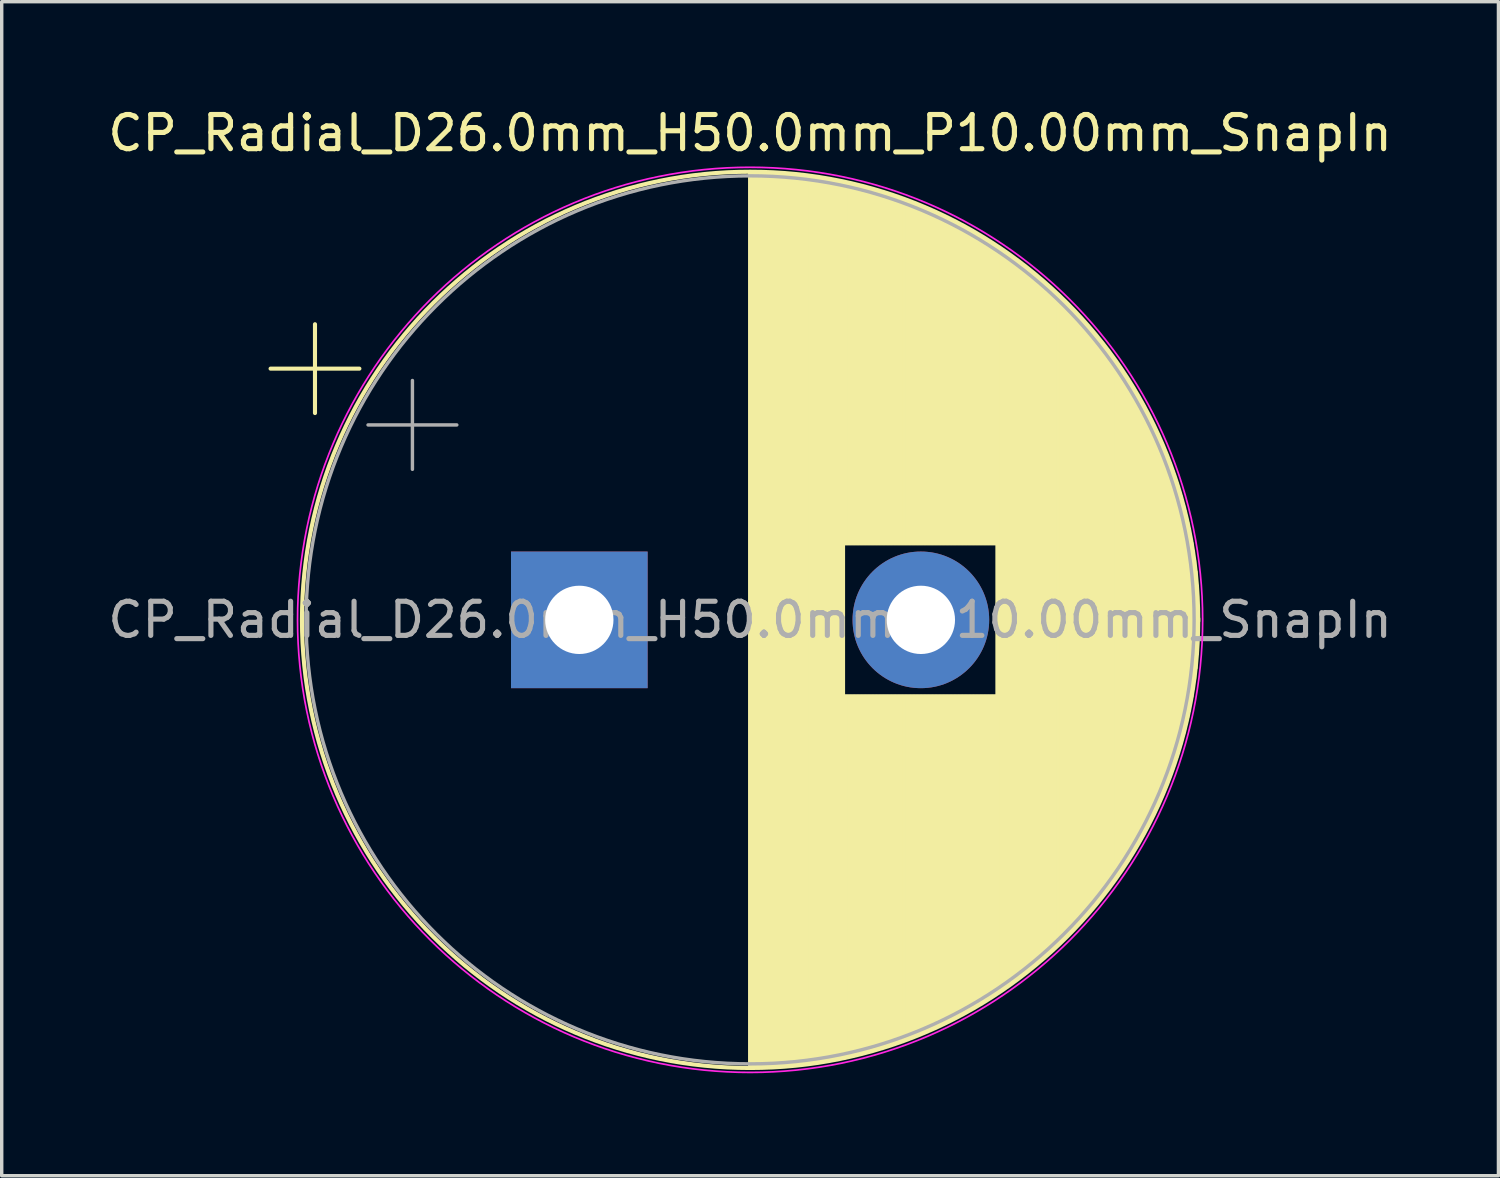
<source format=kicad_pcb>
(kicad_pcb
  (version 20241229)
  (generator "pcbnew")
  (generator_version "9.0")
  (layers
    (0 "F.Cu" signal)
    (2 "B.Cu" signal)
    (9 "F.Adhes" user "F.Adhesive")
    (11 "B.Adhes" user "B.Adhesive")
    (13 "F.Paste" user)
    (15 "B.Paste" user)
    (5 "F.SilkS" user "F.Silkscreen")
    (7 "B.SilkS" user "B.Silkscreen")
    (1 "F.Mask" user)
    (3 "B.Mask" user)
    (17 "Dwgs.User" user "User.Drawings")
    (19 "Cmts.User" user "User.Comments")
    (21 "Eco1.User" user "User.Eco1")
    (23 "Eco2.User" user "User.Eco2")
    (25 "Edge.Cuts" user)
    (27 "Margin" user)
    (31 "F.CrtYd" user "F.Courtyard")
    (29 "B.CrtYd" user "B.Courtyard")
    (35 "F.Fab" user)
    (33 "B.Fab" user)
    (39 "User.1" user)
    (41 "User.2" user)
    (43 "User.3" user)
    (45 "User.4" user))
  (footprint "CP_Radial_D26.0mm_H50.0mm_P10.00mm_SnapIn"
    (layer "F.Cu")
    (at 13.911 15.098)
    (property "Reference" "CP_Radial_D26.0mm_H50.0mm_P10.00mm_SnapIn" (at 5 -14.25 0) (layer "F.SilkS") (effects (font (size 1 1) (thickness 0.15))))
    (attr through_hole)
    (fp_line (start -9.039 -7.355) (end -6.439 -7.355) (stroke (width 0.12) (type solid)) (layer "F.SilkS"))
    (fp_line (start -7.739 -8.655) (end -7.739 -6.055) (stroke (width 0.12) (type solid)) (layer "F.SilkS"))
    (fp_line (start 5 -13.081) (end 5 13.081) (stroke (width 0.12) (type solid)) (layer "F.SilkS"))
    (fp_line (start 5.04 -13.08) (end 5.04 13.08) (stroke (width 0.12) (type solid)) (layer "F.SilkS"))
    (fp_line (start 5.08 -13.08) (end 5.08 13.08) (stroke (width 0.12) (type solid)) (layer "F.SilkS"))
    (fp_line (start 5.12 -13.08) (end 5.12 13.08) (stroke (width 0.12) (type solid)) (layer "F.SilkS"))
    (fp_line (start 5.16 -13.08) (end 5.16 13.08) (stroke (width 0.12) (type solid)) (layer "F.SilkS"))
    (fp_line (start 5.2 -13.079) (end 5.2 13.079) (stroke (width 0.12) (type solid)) (layer "F.SilkS"))
    (fp_line (start 5.24 -13.078) (end 5.24 13.078) (stroke (width 0.12) (type solid)) (layer "F.SilkS"))
    (fp_line (start 5.28 -13.078) (end 5.28 13.078) (stroke (width 0.12) (type solid)) (layer "F.SilkS"))
    (fp_line (start 5.32 -13.077) (end 5.32 13.077) (stroke (width 0.12) (type solid)) (layer "F.SilkS"))
    (fp_line (start 5.36 -13.076) (end 5.36 13.076) (stroke (width 0.12) (type solid)) (layer "F.SilkS"))
    (fp_line (start 5.4 -13.074) (end 5.4 13.074) (stroke (width 0.12) (type solid)) (layer "F.SilkS"))
    (fp_line (start 5.44 -13.073) (end 5.44 13.073) (stroke (width 0.12) (type solid)) (layer "F.SilkS"))
    (fp_line (start 5.48 -13.072) (end 5.48 13.072) (stroke (width 0.12) (type solid)) (layer "F.SilkS"))
    (fp_line (start 5.52 -13.07) (end 5.52 13.07) (stroke (width 0.12) (type solid)) (layer "F.SilkS"))
    (fp_line (start 5.56 -13.069) (end 5.56 13.069) (stroke (width 0.12) (type solid)) (layer "F.SilkS"))
    (fp_line (start 5.6 -13.067) (end 5.6 13.067) (stroke (width 0.12) (type solid)) (layer "F.SilkS"))
    (fp_line (start 5.64 -13.065) (end 5.64 13.065) (stroke (width 0.12) (type solid)) (layer "F.SilkS"))
    (fp_line (start 5.68 -13.063) (end 5.68 13.063) (stroke (width 0.12) (type solid)) (layer "F.SilkS"))
    (fp_line (start 5.721 -13.061) (end 5.721 13.061) (stroke (width 0.12) (type solid)) (layer "F.SilkS"))
    (fp_line (start 5.761 -13.058) (end 5.761 13.058) (stroke (width 0.12) (type solid)) (layer "F.SilkS"))
    (fp_line (start 5.801 -13.056) (end 5.801 13.056) (stroke (width 0.12) (type solid)) (layer "F.SilkS"))
    (fp_line (start 5.841 -13.054) (end 5.841 13.054) (stroke (width 0.12) (type solid)) (layer "F.SilkS"))
    (fp_line (start 5.881 -13.051) (end 5.881 13.051) (stroke (width 0.12) (type solid)) (layer "F.SilkS"))
    (fp_line (start 5.921 -13.048) (end 5.921 13.048) (stroke (width 0.12) (type solid)) (layer "F.SilkS"))
    (fp_line (start 5.961 -13.045) (end 5.961 13.045) (stroke (width 0.12) (type solid)) (layer "F.SilkS"))
    (fp_line (start 6.001 -13.042) (end 6.001 13.042) (stroke (width 0.12) (type solid)) (layer "F.SilkS"))
    (fp_line (start 6.041 -13.039) (end 6.041 13.039) (stroke (width 0.12) (type solid)) (layer "F.SilkS"))
    (fp_line (start 6.081 -13.036) (end 6.081 13.036) (stroke (width 0.12) (type solid)) (layer "F.SilkS"))
    (fp_line (start 6.121 -13.033) (end 6.121 13.033) (stroke (width 0.12) (type solid)) (layer "F.SilkS"))
    (fp_line (start 6.161 -13.029) (end 6.161 13.029) (stroke (width 0.12) (type solid)) (layer "F.SilkS"))
    (fp_line (start 6.201 -13.026) (end 6.201 13.026) (stroke (width 0.12) (type solid)) (layer "F.SilkS"))
    (fp_line (start 6.241 -13.022) (end 6.241 13.022) (stroke (width 0.12) (type solid)) (layer "F.SilkS"))
    (fp_line (start 6.281 -13.018) (end 6.281 13.018) (stroke (width 0.12) (type solid)) (layer "F.SilkS"))
    (fp_line (start 6.321 -13.014) (end 6.321 13.014) (stroke (width 0.12) (type solid)) (layer "F.SilkS"))
    (fp_line (start 6.361 -13.01) (end 6.361 13.01) (stroke (width 0.12) (type solid)) (layer "F.SilkS"))
    (fp_line (start 6.401 -13.006) (end 6.401 13.006) (stroke (width 0.12) (type solid)) (layer "F.SilkS"))
    (fp_line (start 6.441 -13.001) (end 6.441 13.001) (stroke (width 0.12) (type solid)) (layer "F.SilkS"))
    (fp_line (start 6.481 -12.997) (end 6.481 12.997) (stroke (width 0.12) (type solid)) (layer "F.SilkS"))
    (fp_line (start 6.521 -12.992) (end 6.521 12.992) (stroke (width 0.12) (type solid)) (layer "F.SilkS"))
    (fp_line (start 6.561 -12.987) (end 6.561 12.987) (stroke (width 0.12) (type solid)) (layer "F.SilkS"))
    (fp_line (start 6.601 -12.983) (end 6.601 12.983) (stroke (width 0.12) (type solid)) (layer "F.SilkS"))
    (fp_line (start 6.641 -12.978) (end 6.641 12.978) (stroke (width 0.12) (type solid)) (layer "F.SilkS"))
    (fp_line (start 6.681 -12.972) (end 6.681 12.972) (stroke (width 0.12) (type solid)) (layer "F.SilkS"))
    (fp_line (start 6.721 -12.967) (end 6.721 12.967) (stroke (width 0.12) (type solid)) (layer "F.SilkS"))
    (fp_line (start 6.761 -12.962) (end 6.761 12.962) (stroke (width 0.12) (type solid)) (layer "F.SilkS"))
    (fp_line (start 6.801 -12.956) (end 6.801 12.956) (stroke (width 0.12) (type solid)) (layer "F.SilkS"))
    (fp_line (start 6.841 -12.951) (end 6.841 12.951) (stroke (width 0.12) (type solid)) (layer "F.SilkS"))
    (fp_line (start 6.881 -12.945) (end 6.881 12.945) (stroke (width 0.12) (type solid)) (layer "F.SilkS"))
    (fp_line (start 6.921 -12.939) (end 6.921 12.939) (stroke (width 0.12) (type solid)) (layer "F.SilkS"))
    (fp_line (start 6.961 -12.933) (end 6.961 12.933) (stroke (width 0.12) (type solid)) (layer "F.SilkS"))
    (fp_line (start 7.001 -12.927) (end 7.001 12.927) (stroke (width 0.12) (type solid)) (layer "F.SilkS"))
    (fp_line (start 7.041 -12.921) (end 7.041 12.921) (stroke (width 0.12) (type solid)) (layer "F.SilkS"))
    (fp_line (start 7.081 -12.915) (end 7.081 12.915) (stroke (width 0.12) (type solid)) (layer "F.SilkS"))
    (fp_line (start 7.121 -12.908) (end 7.121 12.908) (stroke (width 0.12) (type solid)) (layer "F.SilkS"))
    (fp_line (start 7.161 -12.901) (end 7.161 12.901) (stroke (width 0.12) (type solid)) (layer "F.SilkS"))
    (fp_line (start 7.201 -12.895) (end 7.201 12.895) (stroke (width 0.12) (type solid)) (layer "F.SilkS"))
    (fp_line (start 7.241 -12.888) (end 7.241 12.888) (stroke (width 0.12) (type solid)) (layer "F.SilkS"))
    (fp_line (start 7.281 -12.881) (end 7.281 12.881) (stroke (width 0.12) (type solid)) (layer "F.SilkS"))
    (fp_line (start 7.321 -12.874) (end 7.321 12.874) (stroke (width 0.12) (type solid)) (layer "F.SilkS"))
    (fp_line (start 7.361 -12.866) (end 7.361 12.866) (stroke (width 0.12) (type solid)) (layer "F.SilkS"))
    (fp_line (start 7.401 -12.859) (end 7.401 12.859) (stroke (width 0.12) (type solid)) (layer "F.SilkS"))
    (fp_line (start 7.441 -12.852) (end 7.441 12.852) (stroke (width 0.12) (type solid)) (layer "F.SilkS"))
    (fp_line (start 7.481 -12.844) (end 7.481 12.844) (stroke (width 0.12) (type solid)) (layer "F.SilkS"))
    (fp_line (start 7.521 -12.836) (end 7.521 12.836) (stroke (width 0.12) (type solid)) (layer "F.SilkS"))
    (fp_line (start 7.561 -12.828) (end 7.561 12.828) (stroke (width 0.12) (type solid)) (layer "F.SilkS"))
    (fp_line (start 7.601 -12.82) (end 7.601 12.82) (stroke (width 0.12) (type solid)) (layer "F.SilkS"))
    (fp_line (start 7.641 -12.812) (end 7.641 12.812) (stroke (width 0.12) (type solid)) (layer "F.SilkS"))
    (fp_line (start 7.681 -12.804) (end 7.681 12.804) (stroke (width 0.12) (type solid)) (layer "F.SilkS"))
    (fp_line (start 7.721 -12.795) (end 7.721 12.795) (stroke (width 0.12) (type solid)) (layer "F.SilkS"))
    (fp_line (start 7.761 -12.787) (end 7.761 -2.24) (stroke (width 0.12) (type solid)) (layer "F.SilkS"))
    (fp_line (start 7.761 2.24) (end 7.761 12.787) (stroke (width 0.12) (type solid)) (layer "F.SilkS"))
    (fp_line (start 7.801 -12.778) (end 7.801 -2.24) (stroke (width 0.12) (type solid)) (layer "F.SilkS"))
    (fp_line (start 7.801 2.24) (end 7.801 12.778) (stroke (width 0.12) (type solid)) (layer "F.SilkS"))
    (fp_line (start 7.841 -12.769) (end 7.841 -2.24) (stroke (width 0.12) (type solid)) (layer "F.SilkS"))
    (fp_line (start 7.841 2.24) (end 7.841 12.769) (stroke (width 0.12) (type solid)) (layer "F.SilkS"))
    (fp_line (start 7.881 -12.761) (end 7.881 -2.24) (stroke (width 0.12) (type solid)) (layer "F.SilkS"))
    (fp_line (start 7.881 2.24) (end 7.881 12.761) (stroke (width 0.12) (type solid)) (layer "F.SilkS"))
    (fp_line (start 7.921 -12.751) (end 7.921 -2.24) (stroke (width 0.12) (type solid)) (layer "F.SilkS"))
    (fp_line (start 7.921 2.24) (end 7.921 12.751) (stroke (width 0.12) (type solid)) (layer "F.SilkS"))
    (fp_line (start 7.961 -12.742) (end 7.961 -2.24) (stroke (width 0.12) (type solid)) (layer "F.SilkS"))
    (fp_line (start 7.961 2.24) (end 7.961 12.742) (stroke (width 0.12) (type solid)) (layer "F.SilkS"))
    (fp_line (start 8.001 -12.733) (end 8.001 -2.24) (stroke (width 0.12) (type solid)) (layer "F.SilkS"))
    (fp_line (start 8.001 2.24) (end 8.001 12.733) (stroke (width 0.12) (type solid)) (layer "F.SilkS"))
    (fp_line (start 8.041 -12.723) (end 8.041 -2.24) (stroke (width 0.12) (type solid)) (layer "F.SilkS"))
    (fp_line (start 8.041 2.24) (end 8.041 12.723) (stroke (width 0.12) (type solid)) (layer "F.SilkS"))
    (fp_line (start 8.081 -12.714) (end 8.081 -2.24) (stroke (width 0.12) (type solid)) (layer "F.SilkS"))
    (fp_line (start 8.081 2.24) (end 8.081 12.714) (stroke (width 0.12) (type solid)) (layer "F.SilkS"))
    (fp_line (start 8.121 -12.704) (end 8.121 -2.24) (stroke (width 0.12) (type solid)) (layer "F.SilkS"))
    (fp_line (start 8.121 2.24) (end 8.121 12.704) (stroke (width 0.12) (type solid)) (layer "F.SilkS"))
    (fp_line (start 8.161 -12.694) (end 8.161 -2.24) (stroke (width 0.12) (type solid)) (layer "F.SilkS"))
    (fp_line (start 8.161 2.24) (end 8.161 12.694) (stroke (width 0.12) (type solid)) (layer "F.SilkS"))
    (fp_line (start 8.201 -12.684) (end 8.201 -2.24) (stroke (width 0.12) (type solid)) (layer "F.SilkS"))
    (fp_line (start 8.201 2.24) (end 8.201 12.684) (stroke (width 0.12) (type solid)) (layer "F.SilkS"))
    (fp_line (start 8.241 -12.674) (end 8.241 -2.24) (stroke (width 0.12) (type solid)) (layer "F.SilkS"))
    (fp_line (start 8.241 2.24) (end 8.241 12.674) (stroke (width 0.12) (type solid)) (layer "F.SilkS"))
    (fp_line (start 8.281 -12.664) (end 8.281 -2.24) (stroke (width 0.12) (type solid)) (layer "F.SilkS"))
    (fp_line (start 8.281 2.24) (end 8.281 12.664) (stroke (width 0.12) (type solid)) (layer "F.SilkS"))
    (fp_line (start 8.321 -12.653) (end 8.321 -2.24) (stroke (width 0.12) (type solid)) (layer "F.SilkS"))
    (fp_line (start 8.321 2.24) (end 8.321 12.653) (stroke (width 0.12) (type solid)) (layer "F.SilkS"))
    (fp_line (start 8.361 -12.643) (end 8.361 -2.24) (stroke (width 0.12) (type solid)) (layer "F.SilkS"))
    (fp_line (start 8.361 2.24) (end 8.361 12.643) (stroke (width 0.12) (type solid)) (layer "F.SilkS"))
    (fp_line (start 8.401 -12.632) (end 8.401 -2.24) (stroke (width 0.12) (type solid)) (layer "F.SilkS"))
    (fp_line (start 8.401 2.24) (end 8.401 12.632) (stroke (width 0.12) (type solid)) (layer "F.SilkS"))
    (fp_line (start 8.441 -12.621) (end 8.441 -2.24) (stroke (width 0.12) (type solid)) (layer "F.SilkS"))
    (fp_line (start 8.441 2.24) (end 8.441 12.621) (stroke (width 0.12) (type solid)) (layer "F.SilkS"))
    (fp_line (start 8.481 -12.611) (end 8.481 -2.24) (stroke (width 0.12) (type solid)) (layer "F.SilkS"))
    (fp_line (start 8.481 2.24) (end 8.481 12.611) (stroke (width 0.12) (type solid)) (layer "F.SilkS"))
    (fp_line (start 8.521 -12.599) (end 8.521 -2.24) (stroke (width 0.12) (type solid)) (layer "F.SilkS"))
    (fp_line (start 8.521 2.24) (end 8.521 12.599) (stroke (width 0.12) (type solid)) (layer "F.SilkS"))
    (fp_line (start 8.561 -12.588) (end 8.561 -2.24) (stroke (width 0.12) (type solid)) (layer "F.SilkS"))
    (fp_line (start 8.561 2.24) (end 8.561 12.588) (stroke (width 0.12) (type solid)) (layer "F.SilkS"))
    (fp_line (start 8.601 -12.577) (end 8.601 -2.24) (stroke (width 0.12) (type solid)) (layer "F.SilkS"))
    (fp_line (start 8.601 2.24) (end 8.601 12.577) (stroke (width 0.12) (type solid)) (layer "F.SilkS"))
    (fp_line (start 8.641 -12.565) (end 8.641 -2.24) (stroke (width 0.12) (type solid)) (layer "F.SilkS"))
    (fp_line (start 8.641 2.24) (end 8.641 12.565) (stroke (width 0.12) (type solid)) (layer "F.SilkS"))
    (fp_line (start 8.681 -12.554) (end 8.681 -2.24) (stroke (width 0.12) (type solid)) (layer "F.SilkS"))
    (fp_line (start 8.681 2.24) (end 8.681 12.554) (stroke (width 0.12) (type solid)) (layer "F.SilkS"))
    (fp_line (start 8.721 -12.542) (end 8.721 -2.24) (stroke (width 0.12) (type solid)) (layer "F.SilkS"))
    (fp_line (start 8.721 2.24) (end 8.721 12.542) (stroke (width 0.12) (type solid)) (layer "F.SilkS"))
    (fp_line (start 8.761 -12.53) (end 8.761 -2.24) (stroke (width 0.12) (type solid)) (layer "F.SilkS"))
    (fp_line (start 8.761 2.24) (end 8.761 12.53) (stroke (width 0.12) (type solid)) (layer "F.SilkS"))
    (fp_line (start 8.801 -12.518) (end 8.801 -2.24) (stroke (width 0.12) (type solid)) (layer "F.SilkS"))
    (fp_line (start 8.801 2.24) (end 8.801 12.518) (stroke (width 0.12) (type solid)) (layer "F.SilkS"))
    (fp_line (start 8.841 -12.506) (end 8.841 -2.24) (stroke (width 0.12) (type solid)) (layer "F.SilkS"))
    (fp_line (start 8.841 2.24) (end 8.841 12.506) (stroke (width 0.12) (type solid)) (layer "F.SilkS"))
    (fp_line (start 8.881 -12.494) (end 8.881 -2.24) (stroke (width 0.12) (type solid)) (layer "F.SilkS"))
    (fp_line (start 8.881 2.24) (end 8.881 12.494) (stroke (width 0.12) (type solid)) (layer "F.SilkS"))
    (fp_line (start 8.921 -12.481) (end 8.921 -2.24) (stroke (width 0.12) (type solid)) (layer "F.SilkS"))
    (fp_line (start 8.921 2.24) (end 8.921 12.481) (stroke (width 0.12) (type solid)) (layer "F.SilkS"))
    (fp_line (start 8.961 -12.469) (end 8.961 -2.24) (stroke (width 0.12) (type solid)) (layer "F.SilkS"))
    (fp_line (start 8.961 2.24) (end 8.961 12.469) (stroke (width 0.12) (type solid)) (layer "F.SilkS"))
    (fp_line (start 9.001 -12.456) (end 9.001 -2.24) (stroke (width 0.12) (type solid)) (layer "F.SilkS"))
    (fp_line (start 9.001 2.24) (end 9.001 12.456) (stroke (width 0.12) (type solid)) (layer "F.SilkS"))
    (fp_line (start 9.041 -12.443) (end 9.041 -2.24) (stroke (width 0.12) (type solid)) (layer "F.SilkS"))
    (fp_line (start 9.041 2.24) (end 9.041 12.443) (stroke (width 0.12) (type solid)) (layer "F.SilkS"))
    (fp_line (start 9.081 -12.43) (end 9.081 -2.24) (stroke (width 0.12) (type solid)) (layer "F.SilkS"))
    (fp_line (start 9.081 2.24) (end 9.081 12.43) (stroke (width 0.12) (type solid)) (layer "F.SilkS"))
    (fp_line (start 9.121 -12.417) (end 9.121 -2.24) (stroke (width 0.12) (type solid)) (layer "F.SilkS"))
    (fp_line (start 9.121 2.24) (end 9.121 12.417) (stroke (width 0.12) (type solid)) (layer "F.SilkS"))
    (fp_line (start 9.161 -12.404) (end 9.161 -2.24) (stroke (width 0.12) (type solid)) (layer "F.SilkS"))
    (fp_line (start 9.161 2.24) (end 9.161 12.404) (stroke (width 0.12) (type solid)) (layer "F.SilkS"))
    (fp_line (start 9.201 -12.39) (end 9.201 -2.24) (stroke (width 0.12) (type solid)) (layer "F.SilkS"))
    (fp_line (start 9.201 2.24) (end 9.201 12.39) (stroke (width 0.12) (type solid)) (layer "F.SilkS"))
    (fp_line (start 9.241 -12.376) (end 9.241 -2.24) (stroke (width 0.12) (type solid)) (layer "F.SilkS"))
    (fp_line (start 9.241 2.24) (end 9.241 12.376) (stroke (width 0.12) (type solid)) (layer "F.SilkS"))
    (fp_line (start 9.281 -12.363) (end 9.281 -2.24) (stroke (width 0.12) (type solid)) (layer "F.SilkS"))
    (fp_line (start 9.281 2.24) (end 9.281 12.363) (stroke (width 0.12) (type solid)) (layer "F.SilkS"))
    (fp_line (start 9.321 -12.349) (end 9.321 -2.24) (stroke (width 0.12) (type solid)) (layer "F.SilkS"))
    (fp_line (start 9.321 2.24) (end 9.321 12.349) (stroke (width 0.12) (type solid)) (layer "F.SilkS"))
    (fp_line (start 9.361 -12.335) (end 9.361 -2.24) (stroke (width 0.12) (type solid)) (layer "F.SilkS"))
    (fp_line (start 9.361 2.24) (end 9.361 12.335) (stroke (width 0.12) (type solid)) (layer "F.SilkS"))
    (fp_line (start 9.401 -12.321) (end 9.401 -2.24) (stroke (width 0.12) (type solid)) (layer "F.SilkS"))
    (fp_line (start 9.401 2.24) (end 9.401 12.321) (stroke (width 0.12) (type solid)) (layer "F.SilkS"))
    (fp_line (start 9.441 -12.306) (end 9.441 -2.24) (stroke (width 0.12) (type solid)) (layer "F.SilkS"))
    (fp_line (start 9.441 2.24) (end 9.441 12.306) (stroke (width 0.12) (type solid)) (layer "F.SilkS"))
    (fp_line (start 9.481 -12.292) (end 9.481 -2.24) (stroke (width 0.12) (type solid)) (layer "F.SilkS"))
    (fp_line (start 9.481 2.24) (end 9.481 12.292) (stroke (width 0.12) (type solid)) (layer "F.SilkS"))
    (fp_line (start 9.521 -12.277) (end 9.521 -2.24) (stroke (width 0.12) (type solid)) (layer "F.SilkS"))
    (fp_line (start 9.521 2.24) (end 9.521 12.277) (stroke (width 0.12) (type solid)) (layer "F.SilkS"))
    (fp_line (start 9.561 -12.263) (end 9.561 -2.24) (stroke (width 0.12) (type solid)) (layer "F.SilkS"))
    (fp_line (start 9.561 2.24) (end 9.561 12.263) (stroke (width 0.12) (type solid)) (layer "F.SilkS"))
    (fp_line (start 9.601 -12.248) (end 9.601 -2.24) (stroke (width 0.12) (type solid)) (layer "F.SilkS"))
    (fp_line (start 9.601 2.24) (end 9.601 12.248) (stroke (width 0.12) (type solid)) (layer "F.SilkS"))
    (fp_line (start 9.641 -12.233) (end 9.641 -2.24) (stroke (width 0.12) (type solid)) (layer "F.SilkS"))
    (fp_line (start 9.641 2.24) (end 9.641 12.233) (stroke (width 0.12) (type solid)) (layer "F.SilkS"))
    (fp_line (start 9.681 -12.217) (end 9.681 -2.24) (stroke (width 0.12) (type solid)) (layer "F.SilkS"))
    (fp_line (start 9.681 2.24) (end 9.681 12.217) (stroke (width 0.12) (type solid)) (layer "F.SilkS"))
    (fp_line (start 9.721 -12.202) (end 9.721 -2.24) (stroke (width 0.12) (type solid)) (layer "F.SilkS"))
    (fp_line (start 9.721 2.24) (end 9.721 12.202) (stroke (width 0.12) (type solid)) (layer "F.SilkS"))
    (fp_line (start 9.761 -12.187) (end 9.761 -2.24) (stroke (width 0.12) (type solid)) (layer "F.SilkS"))
    (fp_line (start 9.761 2.24) (end 9.761 12.187) (stroke (width 0.12) (type solid)) (layer "F.SilkS"))
    (fp_line (start 9.801 -12.171) (end 9.801 -2.24) (stroke (width 0.12) (type solid)) (layer "F.SilkS"))
    (fp_line (start 9.801 2.24) (end 9.801 12.171) (stroke (width 0.12) (type solid)) (layer "F.SilkS"))
    (fp_line (start 9.841 -12.155) (end 9.841 -2.24) (stroke (width 0.12) (type solid)) (layer "F.SilkS"))
    (fp_line (start 9.841 2.24) (end 9.841 12.155) (stroke (width 0.12) (type solid)) (layer "F.SilkS"))
    (fp_line (start 9.881 -12.139) (end 9.881 -2.24) (stroke (width 0.12) (type solid)) (layer "F.SilkS"))
    (fp_line (start 9.881 2.24) (end 9.881 12.139) (stroke (width 0.12) (type solid)) (layer "F.SilkS"))
    (fp_line (start 9.921 -12.123) (end 9.921 -2.24) (stroke (width 0.12) (type solid)) (layer "F.SilkS"))
    (fp_line (start 9.921 2.24) (end 9.921 12.123) (stroke (width 0.12) (type solid)) (layer "F.SilkS"))
    (fp_line (start 9.961 -12.107) (end 9.961 -2.24) (stroke (width 0.12) (type solid)) (layer "F.SilkS"))
    (fp_line (start 9.961 2.24) (end 9.961 12.107) (stroke (width 0.12) (type solid)) (layer "F.SilkS"))
    (fp_line (start 10.001 -12.09) (end 10.001 -2.24) (stroke (width 0.12) (type solid)) (layer "F.SilkS"))
    (fp_line (start 10.001 2.24) (end 10.001 12.09) (stroke (width 0.12) (type solid)) (layer "F.SilkS"))
    (fp_line (start 10.041 -12.074) (end 10.041 -2.24) (stroke (width 0.12) (type solid)) (layer "F.SilkS"))
    (fp_line (start 10.041 2.24) (end 10.041 12.074) (stroke (width 0.12) (type solid)) (layer "F.SilkS"))
    (fp_line (start 10.081 -12.057) (end 10.081 -2.24) (stroke (width 0.12) (type solid)) (layer "F.SilkS"))
    (fp_line (start 10.081 2.24) (end 10.081 12.057) (stroke (width 0.12) (type solid)) (layer "F.SilkS"))
    (fp_line (start 10.121 -12.04) (end 10.121 -2.24) (stroke (width 0.12) (type solid)) (layer "F.SilkS"))
    (fp_line (start 10.121 2.24) (end 10.121 12.04) (stroke (width 0.12) (type solid)) (layer "F.SilkS"))
    (fp_line (start 10.161 -12.023) (end 10.161 -2.24) (stroke (width 0.12) (type solid)) (layer "F.SilkS"))
    (fp_line (start 10.161 2.24) (end 10.161 12.023) (stroke (width 0.12) (type solid)) (layer "F.SilkS"))
    (fp_line (start 10.201 -12.006) (end 10.201 -2.24) (stroke (width 0.12) (type solid)) (layer "F.SilkS"))
    (fp_line (start 10.201 2.24) (end 10.201 12.006) (stroke (width 0.12) (type solid)) (layer "F.SilkS"))
    (fp_line (start 10.241 -11.989) (end 10.241 -2.24) (stroke (width 0.12) (type solid)) (layer "F.SilkS"))
    (fp_line (start 10.241 2.24) (end 10.241 11.989) (stroke (width 0.12) (type solid)) (layer "F.SilkS"))
    (fp_line (start 10.281 -11.971) (end 10.281 -2.24) (stroke (width 0.12) (type solid)) (layer "F.SilkS"))
    (fp_line (start 10.281 2.24) (end 10.281 11.971) (stroke (width 0.12) (type solid)) (layer "F.SilkS"))
    (fp_line (start 10.321 -11.953) (end 10.321 -2.24) (stroke (width 0.12) (type solid)) (layer "F.SilkS"))
    (fp_line (start 10.321 2.24) (end 10.321 11.953) (stroke (width 0.12) (type solid)) (layer "F.SilkS"))
    (fp_line (start 10.361 -11.936) (end 10.361 -2.24) (stroke (width 0.12) (type solid)) (layer "F.SilkS"))
    (fp_line (start 10.361 2.24) (end 10.361 11.936) (stroke (width 0.12) (type solid)) (layer "F.SilkS"))
    (fp_line (start 10.401 -11.918) (end 10.401 -2.24) (stroke (width 0.12) (type solid)) (layer "F.SilkS"))
    (fp_line (start 10.401 2.24) (end 10.401 11.918) (stroke (width 0.12) (type solid)) (layer "F.SilkS"))
    (fp_line (start 10.441 -11.9) (end 10.441 -2.24) (stroke (width 0.12) (type solid)) (layer "F.SilkS"))
    (fp_line (start 10.441 2.24) (end 10.441 11.9) (stroke (width 0.12) (type solid)) (layer "F.SilkS"))
    (fp_line (start 10.481 -11.881) (end 10.481 -2.24) (stroke (width 0.12) (type solid)) (layer "F.SilkS"))
    (fp_line (start 10.481 2.24) (end 10.481 11.881) (stroke (width 0.12) (type solid)) (layer "F.SilkS"))
    (fp_line (start 10.521 -11.863) (end 10.521 -2.24) (stroke (width 0.12) (type solid)) (layer "F.SilkS"))
    (fp_line (start 10.521 2.24) (end 10.521 11.863) (stroke (width 0.12) (type solid)) (layer "F.SilkS"))
    (fp_line (start 10.561 -11.844) (end 10.561 -2.24) (stroke (width 0.12) (type solid)) (layer "F.SilkS"))
    (fp_line (start 10.561 2.24) (end 10.561 11.844) (stroke (width 0.12) (type solid)) (layer "F.SilkS"))
    (fp_line (start 10.601 -11.825) (end 10.601 -2.24) (stroke (width 0.12) (type solid)) (layer "F.SilkS"))
    (fp_line (start 10.601 2.24) (end 10.601 11.825) (stroke (width 0.12) (type solid)) (layer "F.SilkS"))
    (fp_line (start 10.641 -11.806) (end 10.641 -2.24) (stroke (width 0.12) (type solid)) (layer "F.SilkS"))
    (fp_line (start 10.641 2.24) (end 10.641 11.806) (stroke (width 0.12) (type solid)) (layer "F.SilkS"))
    (fp_line (start 10.681 -11.787) (end 10.681 -2.24) (stroke (width 0.12) (type solid)) (layer "F.SilkS"))
    (fp_line (start 10.681 2.24) (end 10.681 11.787) (stroke (width 0.12) (type solid)) (layer "F.SilkS"))
    (fp_line (start 10.721 -11.768) (end 10.721 -2.24) (stroke (width 0.12) (type solid)) (layer "F.SilkS"))
    (fp_line (start 10.721 2.24) (end 10.721 11.768) (stroke (width 0.12) (type solid)) (layer "F.SilkS"))
    (fp_line (start 10.761 -11.748) (end 10.761 -2.24) (stroke (width 0.12) (type solid)) (layer "F.SilkS"))
    (fp_line (start 10.761 2.24) (end 10.761 11.748) (stroke (width 0.12) (type solid)) (layer "F.SilkS"))
    (fp_line (start 10.801 -11.729) (end 10.801 -2.24) (stroke (width 0.12) (type solid)) (layer "F.SilkS"))
    (fp_line (start 10.801 2.24) (end 10.801 11.729) (stroke (width 0.12) (type solid)) (layer "F.SilkS"))
    (fp_line (start 10.841 -11.709) (end 10.841 -2.24) (stroke (width 0.12) (type solid)) (layer "F.SilkS"))
    (fp_line (start 10.841 2.24) (end 10.841 11.709) (stroke (width 0.12) (type solid)) (layer "F.SilkS"))
    (fp_line (start 10.881 -11.689) (end 10.881 -2.24) (stroke (width 0.12) (type solid)) (layer "F.SilkS"))
    (fp_line (start 10.881 2.24) (end 10.881 11.689) (stroke (width 0.12) (type solid)) (layer "F.SilkS"))
    (fp_line (start 10.921 -11.669) (end 10.921 -2.24) (stroke (width 0.12) (type solid)) (layer "F.SilkS"))
    (fp_line (start 10.921 2.24) (end 10.921 11.669) (stroke (width 0.12) (type solid)) (layer "F.SilkS"))
    (fp_line (start 10.961 -11.649) (end 10.961 -2.24) (stroke (width 0.12) (type solid)) (layer "F.SilkS"))
    (fp_line (start 10.961 2.24) (end 10.961 11.649) (stroke (width 0.12) (type solid)) (layer "F.SilkS"))
    (fp_line (start 11.001 -11.628) (end 11.001 -2.24) (stroke (width 0.12) (type solid)) (layer "F.SilkS"))
    (fp_line (start 11.001 2.24) (end 11.001 11.628) (stroke (width 0.12) (type solid)) (layer "F.SilkS"))
    (fp_line (start 11.041 -11.608) (end 11.041 -2.24) (stroke (width 0.12) (type solid)) (layer "F.SilkS"))
    (fp_line (start 11.041 2.24) (end 11.041 11.608) (stroke (width 0.12) (type solid)) (layer "F.SilkS"))
    (fp_line (start 11.081 -11.587) (end 11.081 -2.24) (stroke (width 0.12) (type solid)) (layer "F.SilkS"))
    (fp_line (start 11.081 2.24) (end 11.081 11.587) (stroke (width 0.12) (type solid)) (layer "F.SilkS"))
    (fp_line (start 11.121 -11.566) (end 11.121 -2.24) (stroke (width 0.12) (type solid)) (layer "F.SilkS"))
    (fp_line (start 11.121 2.24) (end 11.121 11.566) (stroke (width 0.12) (type solid)) (layer "F.SilkS"))
    (fp_line (start 11.161 -11.544) (end 11.161 -2.24) (stroke (width 0.12) (type solid)) (layer "F.SilkS"))
    (fp_line (start 11.161 2.24) (end 11.161 11.544) (stroke (width 0.12) (type solid)) (layer "F.SilkS"))
    (fp_line (start 11.201 -11.523) (end 11.201 -2.24) (stroke (width 0.12) (type solid)) (layer "F.SilkS"))
    (fp_line (start 11.201 2.24) (end 11.201 11.523) (stroke (width 0.12) (type solid)) (layer "F.SilkS"))
    (fp_line (start 11.241 -11.502) (end 11.241 -2.24) (stroke (width 0.12) (type solid)) (layer "F.SilkS"))
    (fp_line (start 11.241 2.24) (end 11.241 11.502) (stroke (width 0.12) (type solid)) (layer "F.SilkS"))
    (fp_line (start 11.281 -11.48) (end 11.281 -2.24) (stroke (width 0.12) (type solid)) (layer "F.SilkS"))
    (fp_line (start 11.281 2.24) (end 11.281 11.48) (stroke (width 0.12) (type solid)) (layer "F.SilkS"))
    (fp_line (start 11.321 -11.458) (end 11.321 -2.24) (stroke (width 0.12) (type solid)) (layer "F.SilkS"))
    (fp_line (start 11.321 2.24) (end 11.321 11.458) (stroke (width 0.12) (type solid)) (layer "F.SilkS"))
    (fp_line (start 11.361 -11.436) (end 11.361 -2.24) (stroke (width 0.12) (type solid)) (layer "F.SilkS"))
    (fp_line (start 11.361 2.24) (end 11.361 11.436) (stroke (width 0.12) (type solid)) (layer "F.SilkS"))
    (fp_line (start 11.401 -11.414) (end 11.401 -2.24) (stroke (width 0.12) (type solid)) (layer "F.SilkS"))
    (fp_line (start 11.401 2.24) (end 11.401 11.414) (stroke (width 0.12) (type solid)) (layer "F.SilkS"))
    (fp_line (start 11.441 -11.391) (end 11.441 -2.24) (stroke (width 0.12) (type solid)) (layer "F.SilkS"))
    (fp_line (start 11.441 2.24) (end 11.441 11.391) (stroke (width 0.12) (type solid)) (layer "F.SilkS"))
    (fp_line (start 11.481 -11.369) (end 11.481 -2.24) (stroke (width 0.12) (type solid)) (layer "F.SilkS"))
    (fp_line (start 11.481 2.24) (end 11.481 11.369) (stroke (width 0.12) (type solid)) (layer "F.SilkS"))
    (fp_line (start 11.521 -11.346) (end 11.521 -2.24) (stroke (width 0.12) (type solid)) (layer "F.SilkS"))
    (fp_line (start 11.521 2.24) (end 11.521 11.346) (stroke (width 0.12) (type solid)) (layer "F.SilkS"))
    (fp_line (start 11.561 -11.323) (end 11.561 -2.24) (stroke (width 0.12) (type solid)) (layer "F.SilkS"))
    (fp_line (start 11.561 2.24) (end 11.561 11.323) (stroke (width 0.12) (type solid)) (layer "F.SilkS"))
    (fp_line (start 11.601 -11.3) (end 11.601 -2.24) (stroke (width 0.12) (type solid)) (layer "F.SilkS"))
    (fp_line (start 11.601 2.24) (end 11.601 11.3) (stroke (width 0.12) (type solid)) (layer "F.SilkS"))
    (fp_line (start 11.641 -11.276) (end 11.641 -2.24) (stroke (width 0.12) (type solid)) (layer "F.SilkS"))
    (fp_line (start 11.641 2.24) (end 11.641 11.276) (stroke (width 0.12) (type solid)) (layer "F.SilkS"))
    (fp_line (start 11.681 -11.253) (end 11.681 -2.24) (stroke (width 0.12) (type solid)) (layer "F.SilkS"))
    (fp_line (start 11.681 2.24) (end 11.681 11.253) (stroke (width 0.12) (type solid)) (layer "F.SilkS"))
    (fp_line (start 11.721 -11.229) (end 11.721 -2.24) (stroke (width 0.12) (type solid)) (layer "F.SilkS"))
    (fp_line (start 11.721 2.24) (end 11.721 11.229) (stroke (width 0.12) (type solid)) (layer "F.SilkS"))
    (fp_line (start 11.761 -11.205) (end 11.761 -2.24) (stroke (width 0.12) (type solid)) (layer "F.SilkS"))
    (fp_line (start 11.761 2.24) (end 11.761 11.205) (stroke (width 0.12) (type solid)) (layer "F.SilkS"))
    (fp_line (start 11.801 -11.181) (end 11.801 -2.24) (stroke (width 0.12) (type solid)) (layer "F.SilkS"))
    (fp_line (start 11.801 2.24) (end 11.801 11.181) (stroke (width 0.12) (type solid)) (layer "F.SilkS"))
    (fp_line (start 11.841 -11.156) (end 11.841 -2.24) (stroke (width 0.12) (type solid)) (layer "F.SilkS"))
    (fp_line (start 11.841 2.24) (end 11.841 11.156) (stroke (width 0.12) (type solid)) (layer "F.SilkS"))
    (fp_line (start 11.881 -11.132) (end 11.881 -2.24) (stroke (width 0.12) (type solid)) (layer "F.SilkS"))
    (fp_line (start 11.881 2.24) (end 11.881 11.132) (stroke (width 0.12) (type solid)) (layer "F.SilkS"))
    (fp_line (start 11.921 -11.107) (end 11.921 -2.24) (stroke (width 0.12) (type solid)) (layer "F.SilkS"))
    (fp_line (start 11.921 2.24) (end 11.921 11.107) (stroke (width 0.12) (type solid)) (layer "F.SilkS"))
    (fp_line (start 11.961 -11.082) (end 11.961 -2.24) (stroke (width 0.12) (type solid)) (layer "F.SilkS"))
    (fp_line (start 11.961 2.24) (end 11.961 11.082) (stroke (width 0.12) (type solid)) (layer "F.SilkS"))
    (fp_line (start 12.001 -11.057) (end 12.001 -2.24) (stroke (width 0.12) (type solid)) (layer "F.SilkS"))
    (fp_line (start 12.001 2.24) (end 12.001 11.057) (stroke (width 0.12) (type solid)) (layer "F.SilkS"))
    (fp_line (start 12.041 -11.032) (end 12.041 -2.24) (stroke (width 0.12) (type solid)) (layer "F.SilkS"))
    (fp_line (start 12.041 2.24) (end 12.041 11.032) (stroke (width 0.12) (type solid)) (layer "F.SilkS"))
    (fp_line (start 12.081 -11.006) (end 12.081 -2.24) (stroke (width 0.12) (type solid)) (layer "F.SilkS"))
    (fp_line (start 12.081 2.24) (end 12.081 11.006) (stroke (width 0.12) (type solid)) (layer "F.SilkS"))
    (fp_line (start 12.121 -10.98) (end 12.121 -2.24) (stroke (width 0.12) (type solid)) (layer "F.SilkS"))
    (fp_line (start 12.121 2.24) (end 12.121 10.98) (stroke (width 0.12) (type solid)) (layer "F.SilkS"))
    (fp_line (start 12.161 -10.955) (end 12.161 -2.24) (stroke (width 0.12) (type solid)) (layer "F.SilkS"))
    (fp_line (start 12.161 2.24) (end 12.161 10.955) (stroke (width 0.12) (type solid)) (layer "F.SilkS"))
    (fp_line (start 12.201 -10.928) (end 12.201 -2.24) (stroke (width 0.12) (type solid)) (layer "F.SilkS"))
    (fp_line (start 12.201 2.24) (end 12.201 10.928) (stroke (width 0.12) (type solid)) (layer "F.SilkS"))
    (fp_line (start 12.241 -10.902) (end 12.241 10.902) (stroke (width 0.12) (type solid)) (layer "F.SilkS"))
    (fp_line (start 12.281 -10.875) (end 12.281 10.875) (stroke (width 0.12) (type solid)) (layer "F.SilkS"))
    (fp_line (start 12.321 -10.849) (end 12.321 10.849) (stroke (width 0.12) (type solid)) (layer "F.SilkS"))
    (fp_line (start 12.361 -10.822) (end 12.361 10.822) (stroke (width 0.12) (type solid)) (layer "F.SilkS"))
    (fp_line (start 12.401 -10.794) (end 12.401 10.794) (stroke (width 0.12) (type solid)) (layer "F.SilkS"))
    (fp_line (start 12.441 -10.767) (end 12.441 10.767) (stroke (width 0.12) (type solid)) (layer "F.SilkS"))
    (fp_line (start 12.481 -10.739) (end 12.481 10.739) (stroke (width 0.12) (type solid)) (layer "F.SilkS"))
    (fp_line (start 12.521 -10.711) (end 12.521 10.711) (stroke (width 0.12) (type solid)) (layer "F.SilkS"))
    (fp_line (start 12.561 -10.683) (end 12.561 10.683) (stroke (width 0.12) (type solid)) (layer "F.SilkS"))
    (fp_line (start 12.601 -10.655) (end 12.601 10.655) (stroke (width 0.12) (type solid)) (layer "F.SilkS"))
    (fp_line (start 12.641 -10.627) (end 12.641 10.627) (stroke (width 0.12) (type solid)) (layer "F.SilkS"))
    (fp_line (start 12.681 -10.598) (end 12.681 10.598) (stroke (width 0.12) (type solid)) (layer "F.SilkS"))
    (fp_line (start 12.721 -10.569) (end 12.721 10.569) (stroke (width 0.12) (type solid)) (layer "F.SilkS"))
    (fp_line (start 12.761 -10.54) (end 12.761 10.54) (stroke (width 0.12) (type solid)) (layer "F.SilkS"))
    (fp_line (start 12.801 -10.51) (end 12.801 10.51) (stroke (width 0.12) (type solid)) (layer "F.SilkS"))
    (fp_line (start 12.841 -10.48) (end 12.841 10.48) (stroke (width 0.12) (type solid)) (layer "F.SilkS"))
    (fp_line (start 12.881 -10.45) (end 12.881 10.45) (stroke (width 0.12) (type solid)) (layer "F.SilkS"))
    (fp_line (start 12.921 -10.42) (end 12.921 10.42) (stroke (width 0.12) (type solid)) (layer "F.SilkS"))
    (fp_line (start 12.961 -10.39) (end 12.961 10.39) (stroke (width 0.12) (type solid)) (layer "F.SilkS"))
    (fp_line (start 13.001 -10.359) (end 13.001 10.359) (stroke (width 0.12) (type solid)) (layer "F.SilkS"))
    (fp_line (start 13.041 -10.328) (end 13.041 10.328) (stroke (width 0.12) (type solid)) (layer "F.SilkS"))
    (fp_line (start 13.081 -10.297) (end 13.081 10.297) (stroke (width 0.12) (type solid)) (layer "F.SilkS"))
    (fp_line (start 13.121 -10.266) (end 13.121 10.266) (stroke (width 0.12) (type solid)) (layer "F.SilkS"))
    (fp_line (start 13.161 -10.234) (end 13.161 10.234) (stroke (width 0.12) (type solid)) (layer "F.SilkS"))
    (fp_line (start 13.2 -10.202) (end 13.2 10.202) (stroke (width 0.12) (type solid)) (layer "F.SilkS"))
    (fp_line (start 13.24 -10.17) (end 13.24 10.17) (stroke (width 0.12) (type solid)) (layer "F.SilkS"))
    (fp_line (start 13.28 -10.138) (end 13.28 10.138) (stroke (width 0.12) (type solid)) (layer "F.SilkS"))
    (fp_line (start 13.32 -10.105) (end 13.32 10.105) (stroke (width 0.12) (type solid)) (layer "F.SilkS"))
    (fp_line (start 13.36 -10.072) (end 13.36 10.072) (stroke (width 0.12) (type solid)) (layer "F.SilkS"))
    (fp_line (start 13.4 -10.039) (end 13.4 10.039) (stroke (width 0.12) (type solid)) (layer "F.SilkS"))
    (fp_line (start 13.44 -10.005) (end 13.44 10.005) (stroke (width 0.12) (type solid)) (layer "F.SilkS"))
    (fp_line (start 13.48 -9.972) (end 13.48 9.972) (stroke (width 0.12) (type solid)) (layer "F.SilkS"))
    (fp_line (start 13.52 -9.938) (end 13.52 9.938) (stroke (width 0.12) (type solid)) (layer "F.SilkS"))
    (fp_line (start 13.56 -9.903) (end 13.56 9.903) (stroke (width 0.12) (type solid)) (layer "F.SilkS"))
    (fp_line (start 13.6 -9.869) (end 13.6 9.869) (stroke (width 0.12) (type solid)) (layer "F.SilkS"))
    (fp_line (start 13.64 -9.834) (end 13.64 9.834) (stroke (width 0.12) (type solid)) (layer "F.SilkS"))
    (fp_line (start 13.68 -9.799) (end 13.68 9.799) (stroke (width 0.12) (type solid)) (layer "F.SilkS"))
    (fp_line (start 13.72 -9.763) (end 13.72 9.763) (stroke (width 0.12) (type solid)) (layer "F.SilkS"))
    (fp_line (start 13.76 -9.728) (end 13.76 9.728) (stroke (width 0.12) (type solid)) (layer "F.SilkS"))
    (fp_line (start 13.8 -9.692) (end 13.8 9.692) (stroke (width 0.12) (type solid)) (layer "F.SilkS"))
    (fp_line (start 13.84 -9.655) (end 13.84 9.655) (stroke (width 0.12) (type solid)) (layer "F.SilkS"))
    (fp_line (start 13.88 -9.619) (end 13.88 9.619) (stroke (width 0.12) (type solid)) (layer "F.SilkS"))
    (fp_line (start 13.92 -9.582) (end 13.92 9.582) (stroke (width 0.12) (type solid)) (layer "F.SilkS"))
    (fp_line (start 13.96 -9.544) (end 13.96 9.544) (stroke (width 0.12) (type solid)) (layer "F.SilkS"))
    (fp_line (start 14 -9.507) (end 14 9.507) (stroke (width 0.12) (type solid)) (layer "F.SilkS"))
    (fp_line (start 14.04 -9.469) (end 14.04 9.469) (stroke (width 0.12) (type solid)) (layer "F.SilkS"))
    (fp_line (start 14.08 -9.431) (end 14.08 9.431) (stroke (width 0.12) (type solid)) (layer "F.SilkS"))
    (fp_line (start 14.12 -9.392) (end 14.12 9.392) (stroke (width 0.12) (type solid)) (layer "F.SilkS"))
    (fp_line (start 14.16 -9.354) (end 14.16 9.354) (stroke (width 0.12) (type solid)) (layer "F.SilkS"))
    (fp_line (start 14.2 -9.314) (end 14.2 9.314) (stroke (width 0.12) (type solid)) (layer "F.SilkS"))
    (fp_line (start 14.24 -9.275) (end 14.24 9.275) (stroke (width 0.12) (type solid)) (layer "F.SilkS"))
    (fp_line (start 14.28 -9.235) (end 14.28 9.235) (stroke (width 0.12) (type solid)) (layer "F.SilkS"))
    (fp_line (start 14.32 -9.195) (end 14.32 9.195) (stroke (width 0.12) (type solid)) (layer "F.SilkS"))
    (fp_line (start 14.36 -9.154) (end 14.36 9.154) (stroke (width 0.12) (type solid)) (layer "F.SilkS"))
    (fp_line (start 14.4 -9.113) (end 14.4 9.113) (stroke (width 0.12) (type solid)) (layer "F.SilkS"))
    (fp_line (start 14.44 -9.072) (end 14.44 9.072) (stroke (width 0.12) (type solid)) (layer "F.SilkS"))
    (fp_line (start 14.48 -9.03) (end 14.48 9.03) (stroke (width 0.12) (type solid)) (layer "F.SilkS"))
    (fp_line (start 14.52 -8.988) (end 14.52 8.988) (stroke (width 0.12) (type solid)) (layer "F.SilkS"))
    (fp_line (start 14.56 -8.946) (end 14.56 8.946) (stroke (width 0.12) (type solid)) (layer "F.SilkS"))
    (fp_line (start 14.6 -8.903) (end 14.6 8.903) (stroke (width 0.12) (type solid)) (layer "F.SilkS"))
    (fp_line (start 14.64 -8.86) (end 14.64 8.86) (stroke (width 0.12) (type solid)) (layer "F.SilkS"))
    (fp_line (start 14.68 -8.817) (end 14.68 8.817) (stroke (width 0.12) (type solid)) (layer "F.SilkS"))
    (fp_line (start 14.72 -8.773) (end 14.72 8.773) (stroke (width 0.12) (type solid)) (layer "F.SilkS"))
    (fp_line (start 14.76 -8.728) (end 14.76 8.728) (stroke (width 0.12) (type solid)) (layer "F.SilkS"))
    (fp_line (start 14.8 -8.684) (end 14.8 8.684) (stroke (width 0.12) (type solid)) (layer "F.SilkS"))
    (fp_line (start 14.84 -8.639) (end 14.84 8.639) (stroke (width 0.12) (type solid)) (layer "F.SilkS"))
    (fp_line (start 14.88 -8.593) (end 14.88 8.593) (stroke (width 0.12) (type solid)) (layer "F.SilkS"))
    (fp_line (start 14.92 -8.547) (end 14.92 8.547) (stroke (width 0.12) (type solid)) (layer "F.SilkS"))
    (fp_line (start 14.96 -8.501) (end 14.96 8.501) (stroke (width 0.12) (type solid)) (layer "F.SilkS"))
    (fp_line (start 15 -8.454) (end 15 8.454) (stroke (width 0.12) (type solid)) (layer "F.SilkS"))
    (fp_line (start 15.04 -8.406) (end 15.04 8.406) (stroke (width 0.12) (type solid)) (layer "F.SilkS"))
    (fp_line (start 15.08 -8.359) (end 15.08 8.359) (stroke (width 0.12) (type solid)) (layer "F.SilkS"))
    (fp_line (start 15.12 -8.31) (end 15.12 8.31) (stroke (width 0.12) (type solid)) (layer "F.SilkS"))
    (fp_line (start 15.16 -8.262) (end 15.16 8.262) (stroke (width 0.12) (type solid)) (layer "F.SilkS"))
    (fp_line (start 15.2 -8.212) (end 15.2 8.212) (stroke (width 0.12) (type solid)) (layer "F.SilkS"))
    (fp_line (start 15.24 -8.163) (end 15.24 8.163) (stroke (width 0.12) (type solid)) (layer "F.SilkS"))
    (fp_line (start 15.28 -8.113) (end 15.28 8.113) (stroke (width 0.12) (type solid)) (layer "F.SilkS"))
    (fp_line (start 15.32 -8.062) (end 15.32 8.062) (stroke (width 0.12) (type solid)) (layer "F.SilkS"))
    (fp_line (start 15.36 -8.011) (end 15.36 8.011) (stroke (width 0.12) (type solid)) (layer "F.SilkS"))
    (fp_line (start 15.4 -7.959) (end 15.4 7.959) (stroke (width 0.12) (type solid)) (layer "F.SilkS"))
    (fp_line (start 15.44 -7.907) (end 15.44 7.907) (stroke (width 0.12) (type solid)) (layer "F.SilkS"))
    (fp_line (start 15.48 -7.854) (end 15.48 7.854) (stroke (width 0.12) (type solid)) (layer "F.SilkS"))
    (fp_line (start 15.52 -7.8) (end 15.52 7.8) (stroke (width 0.12) (type solid)) (layer "F.SilkS"))
    (fp_line (start 15.56 -7.746) (end 15.56 7.746) (stroke (width 0.12) (type solid)) (layer "F.SilkS"))
    (fp_line (start 15.6 -7.692) (end 15.6 7.692) (stroke (width 0.12) (type solid)) (layer "F.SilkS"))
    (fp_line (start 15.64 -7.637) (end 15.64 7.637) (stroke (width 0.12) (type solid)) (layer "F.SilkS"))
    (fp_line (start 15.68 -7.581) (end 15.68 7.581) (stroke (width 0.12) (type solid)) (layer "F.SilkS"))
    (fp_line (start 15.72 -7.525) (end 15.72 7.525) (stroke (width 0.12) (type solid)) (layer "F.SilkS"))
    (fp_line (start 15.76 -7.468) (end 15.76 7.468) (stroke (width 0.12) (type solid)) (layer "F.SilkS"))
    (fp_line (start 15.8 -7.41) (end 15.8 7.41) (stroke (width 0.12) (type solid)) (layer "F.SilkS"))
    (fp_line (start 15.84 -7.352) (end 15.84 7.352) (stroke (width 0.12) (type solid)) (layer "F.SilkS"))
    (fp_line (start 15.88 -7.293) (end 15.88 7.293) (stroke (width 0.12) (type solid)) (layer "F.SilkS"))
    (fp_line (start 15.92 -7.233) (end 15.92 7.233) (stroke (width 0.12) (type solid)) (layer "F.SilkS"))
    (fp_line (start 15.96 -7.172) (end 15.96 7.172) (stroke (width 0.12) (type solid)) (layer "F.SilkS"))
    (fp_line (start 16 -7.111) (end 16 7.111) (stroke (width 0.12) (type solid)) (layer "F.SilkS"))
    (fp_line (start 16.04 -7.049) (end 16.04 7.049) (stroke (width 0.12) (type solid)) (layer "F.SilkS"))
    (fp_line (start 16.08 -6.987) (end 16.08 6.987) (stroke (width 0.12) (type solid)) (layer "F.SilkS"))
    (fp_line (start 16.12 -6.923) (end 16.12 6.923) (stroke (width 0.12) (type solid)) (layer "F.SilkS"))
    (fp_line (start 16.16 -6.859) (end 16.16 6.859) (stroke (width 0.12) (type solid)) (layer "F.SilkS"))
    (fp_line (start 16.2 -6.794) (end 16.2 6.794) (stroke (width 0.12) (type solid)) (layer "F.SilkS"))
    (fp_line (start 16.24 -6.728) (end 16.24 6.728) (stroke (width 0.12) (type solid)) (layer "F.SilkS"))
    (fp_line (start 16.28 -6.661) (end 16.28 6.661) (stroke (width 0.12) (type solid)) (layer "F.SilkS"))
    (fp_line (start 16.32 -6.593) (end 16.32 6.593) (stroke (width 0.12) (type solid)) (layer "F.SilkS"))
    (fp_line (start 16.36 -6.524) (end 16.36 6.524) (stroke (width 0.12) (type solid)) (layer "F.SilkS"))
    (fp_line (start 16.4 -6.455) (end 16.4 6.455) (stroke (width 0.12) (type solid)) (layer "F.SilkS"))
    (fp_line (start 16.44 -6.384) (end 16.44 6.384) (stroke (width 0.12) (type solid)) (layer "F.SilkS"))
    (fp_line (start 16.48 -6.312) (end 16.48 6.312) (stroke (width 0.12) (type solid)) (layer "F.SilkS"))
    (fp_line (start 16.52 -6.239) (end 16.52 6.239) (stroke (width 0.12) (type solid)) (layer "F.SilkS"))
    (fp_line (start 16.56 -6.165) (end 16.56 6.165) (stroke (width 0.12) (type solid)) (layer "F.SilkS"))
    (fp_line (start 16.6 -6.09) (end 16.6 6.09) (stroke (width 0.12) (type solid)) (layer "F.SilkS"))
    (fp_line (start 16.64 -6.014) (end 16.64 6.014) (stroke (width 0.12) (type solid)) (layer "F.SilkS"))
    (fp_line (start 16.68 -5.936) (end 16.68 5.936) (stroke (width 0.12) (type solid)) (layer "F.SilkS"))
    (fp_line (start 16.72 -5.858) (end 16.72 5.858) (stroke (width 0.12) (type solid)) (layer "F.SilkS"))
    (fp_line (start 16.76 -5.777) (end 16.76 5.777) (stroke (width 0.12) (type solid)) (layer "F.SilkS"))
    (fp_line (start 16.8 -5.696) (end 16.8 5.696) (stroke (width 0.12) (type solid)) (layer "F.SilkS"))
    (fp_line (start 16.84 -5.613) (end 16.84 5.613) (stroke (width 0.12) (type solid)) (layer "F.SilkS"))
    (fp_line (start 16.88 -5.528) (end 16.88 5.528) (stroke (width 0.12) (type solid)) (layer "F.SilkS"))
    (fp_line (start 16.92 -5.442) (end 16.92 5.442) (stroke (width 0.12) (type solid)) (layer "F.SilkS"))
    (fp_line (start 16.96 -5.354) (end 16.96 5.354) (stroke (width 0.12) (type solid)) (layer "F.SilkS"))
    (fp_line (start 17 -5.265) (end 17 5.265) (stroke (width 0.12) (type solid)) (layer "F.SilkS"))
    (fp_line (start 17.04 -5.173) (end 17.04 5.173) (stroke (width 0.12) (type solid)) (layer "F.SilkS"))
    (fp_line (start 17.08 -5.08) (end 17.08 5.08) (stroke (width 0.12) (type solid)) (layer "F.SilkS"))
    (fp_line (start 17.12 -4.984) (end 17.12 4.984) (stroke (width 0.12) (type solid)) (layer "F.SilkS"))
    (fp_line (start 17.16 -4.887) (end 17.16 4.887) (stroke (width 0.12) (type solid)) (layer "F.SilkS"))
    (fp_line (start 17.2 -4.787) (end 17.2 4.787) (stroke (width 0.12) (type solid)) (layer "F.SilkS"))
    (fp_line (start 17.24 -4.685) (end 17.24 4.685) (stroke (width 0.12) (type solid)) (layer "F.SilkS"))
    (fp_line (start 17.28 -4.58) (end 17.28 4.58) (stroke (width 0.12) (type solid)) (layer "F.SilkS"))
    (fp_line (start 17.32 -4.472) (end 17.32 4.472) (stroke (width 0.12) (type solid)) (layer "F.SilkS"))
    (fp_line (start 17.36 -4.361) (end 17.36 4.361) (stroke (width 0.12) (type solid)) (layer "F.SilkS"))
    (fp_line (start 17.4 -4.247) (end 17.4 4.247) (stroke (width 0.12) (type solid)) (layer "F.SilkS"))
    (fp_line (start 17.44 -4.13) (end 17.44 4.13) (stroke (width 0.12) (type solid)) (layer "F.SilkS"))
    (fp_line (start 17.48 -4.008) (end 17.48 4.008) (stroke (width 0.12) (type solid)) (layer "F.SilkS"))
    (fp_line (start 17.52 -3.883) (end 17.52 3.883) (stroke (width 0.12) (type solid)) (layer "F.SilkS"))
    (fp_line (start 17.56 -3.753) (end 17.56 3.753) (stroke (width 0.12) (type solid)) (layer "F.SilkS"))
    (fp_line (start 17.6 -3.618) (end 17.6 3.618) (stroke (width 0.12) (type solid)) (layer "F.SilkS"))
    (fp_line (start 17.64 -3.477) (end 17.64 3.477) (stroke (width 0.12) (type solid)) (layer "F.SilkS"))
    (fp_line (start 17.68 -3.33) (end 17.68 3.33) (stroke (width 0.12) (type solid)) (layer "F.SilkS"))
    (fp_line (start 17.72 -3.175) (end 17.72 3.175) (stroke (width 0.12) (type solid)) (layer "F.SilkS"))
    (fp_line (start 17.76 -3.013) (end 17.76 3.013) (stroke (width 0.12) (type solid)) (layer "F.SilkS"))
    (fp_line (start 17.8 -2.841) (end 17.8 2.841) (stroke (width 0.12) (type solid)) (layer "F.SilkS"))
    (fp_line (start 17.84 -2.657) (end 17.84 2.657) (stroke (width 0.12) (type solid)) (layer "F.SilkS"))
    (fp_line (start 17.88 -2.458) (end 17.88 2.458) (stroke (width 0.12) (type solid)) (layer "F.SilkS"))
    (fp_line (start 17.92 -2.243) (end 17.92 2.243) (stroke (width 0.12) (type solid)) (layer "F.SilkS"))
    (fp_line (start 17.96 -2.003) (end 17.96 2.003) (stroke (width 0.12) (type solid)) (layer "F.SilkS"))
    (fp_line (start 18 -1.731) (end 18 1.731) (stroke (width 0.12) (type solid)) (layer "F.SilkS"))
    (fp_line (start 18.04 -1.407) (end 18.04 1.407) (stroke (width 0.12) (type solid)) (layer "F.SilkS"))
    (fp_line (start 18.08 -0.984) (end 18.08 0.984) (stroke (width 0.12) (type solid)) (layer "F.SilkS"))
    (fp_line (start 18.12 -0.04) (end 18.12 0.04) (stroke (width 0.12) (type solid)) (layer "F.SilkS"))
    (fp_circle (center 5 0) (end 18.12 0) (stroke (width 0.12) (type solid)) (fill no) (layer "F.SilkS"))
    (fp_circle (center 5 0) (end 18.25 0) (stroke (width 0.05) (type solid)) (fill no) (layer "F.CrtYd"))
    (fp_line (start -6.186 -5.707) (end -3.586 -5.707) (stroke (width 0.1) (type solid)) (layer "F.Fab"))
    (fp_line (start -4.886 -7.008) (end -4.886 -4.407) (stroke (width 0.1) (type solid)) (layer "F.Fab"))
    (fp_circle (center 5 0) (end 18 0) (stroke (width 0.1) (type solid)) (fill no) (layer "F.Fab"))
    (fp_text user "${REFERENCE}" (at 5 0 0) (layer "F.Fab") (effects (font (size 1 1) (thickness 0.15))))
    (pad "1" thru_hole rect (at 0 0) (size 4 4) (drill 2) (layers "*.Cu" "*.Mask"))
    (pad "2" thru_hole circle (at 10 0) (size 4 4) (drill 2) (layers "*.Cu" "*.Mask")))
  (gr_rect
    (start -3 -3)
    (end 40.821 31.373)
    (stroke (width 0.1) (type default))
    (fill no)
    (layer "Edge.Cuts")))
</source>
